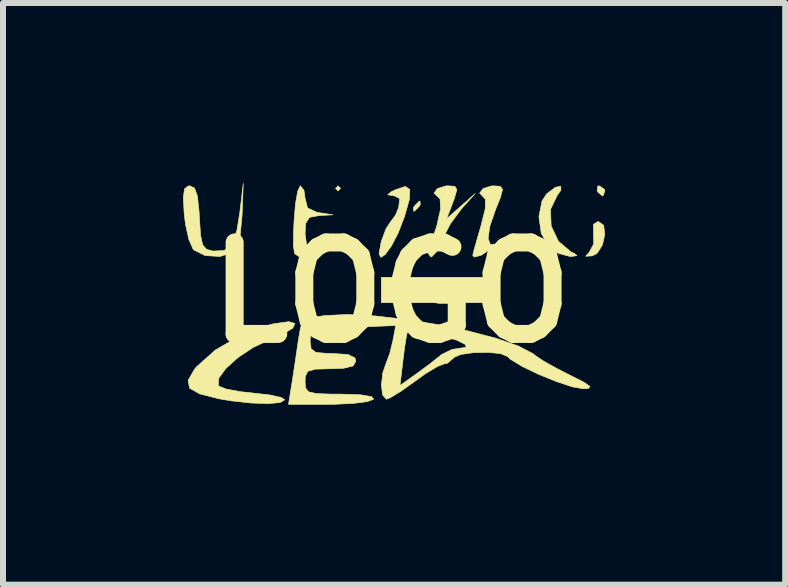
<source format=kicad_pcb>
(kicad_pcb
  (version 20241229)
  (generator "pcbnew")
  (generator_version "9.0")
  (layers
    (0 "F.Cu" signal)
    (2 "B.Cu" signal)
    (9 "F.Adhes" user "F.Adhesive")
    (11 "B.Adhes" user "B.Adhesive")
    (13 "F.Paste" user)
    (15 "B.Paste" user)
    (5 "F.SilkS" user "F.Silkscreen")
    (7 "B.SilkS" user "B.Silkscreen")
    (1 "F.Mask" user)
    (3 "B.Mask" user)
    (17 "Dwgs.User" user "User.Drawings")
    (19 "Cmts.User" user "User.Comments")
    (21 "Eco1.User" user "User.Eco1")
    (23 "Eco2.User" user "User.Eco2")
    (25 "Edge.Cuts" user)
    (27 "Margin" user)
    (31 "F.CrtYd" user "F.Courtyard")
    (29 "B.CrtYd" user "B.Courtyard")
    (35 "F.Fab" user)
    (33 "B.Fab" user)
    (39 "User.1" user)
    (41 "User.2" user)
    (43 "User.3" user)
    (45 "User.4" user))
  (footprint "LOGO"
    (layer "F.Cu")
    (at 3.473 1.825)
    (property "Reference" "LOGO" (at 0 0 0) (layer "F.SilkS") (effects (font (size 1.524 1.524) (thickness 0.3))))
    (attr through_hole)
    (fp_poly (pts (xy -0.847 -1.736) (xy -0.889 -1.693) (xy -0.931 -1.736) (xy -0.889 -1.778) (xy -0.847 -1.736)) (stroke (width 0.01) (type solid)) (fill yes) (layer "F.SilkS"))
    (fp_poly (pts (xy 1.693 0.169) (xy -0.169 0.169) (xy -0.169 -0.254) (xy 1.693 -0.254) (xy 1.693 0.169)) (stroke (width 0.01) (type solid)) (fill yes) (layer "F.SilkS"))
    (fp_poly (pts (xy 0.481 -1.469) (xy 0.466 -1.439) (xy 0.386 -1.358) (xy 0.371 -1.355) (xy 0.365 -1.409) (xy 0.381 -1.439) (xy 0.461 -1.52) (xy 0.476 -1.524) (xy 0.481 -1.469)) (stroke (width 0.01) (type solid)) (fill yes) (layer "F.SilkS"))
    (fp_poly (pts (xy 3.553 -1.717) (xy 3.556 -1.693) (xy 3.527 -1.611) (xy 3.519 -1.609) (xy 3.446 -1.668) (xy 3.429 -1.693) (xy 3.436 -1.771) (xy 3.466 -1.778) (xy 3.553 -1.717)) (stroke (width 0.01) (type solid)) (fill yes) (layer "F.SilkS"))
    (fp_poly (pts (xy 3.537 -1.121) (xy 3.556 -0.97) (xy 3.517 -0.794) (xy 3.428 -0.654) (xy 3.344 -0.61) (xy 3.237 -0.605) (xy 3.283 -0.657) (xy 3.292 -0.664) (xy 3.372 -0.812) (xy 3.368 -0.965) (xy 3.366 -1.138) (xy 3.446 -1.185) (xy 3.537 -1.121)) (stroke (width 0.01) (type solid)) (fill yes) (layer "F.SilkS"))
    (fp_poly (pts (xy 2.825 -1.706) (xy 2.765 -1.623) (xy 2.651 -1.385) (xy 2.662 -1.11) (xy 2.783 -0.854) (xy 2.996 -0.674) (xy 3.048 -0.652) (xy 3.092 -0.615) (xy 2.985 -0.599) (xy 2.784 -0.652) (xy 2.625 -0.762) (xy 2.497 -0.986) (xy 2.458 -1.267) (xy 2.511 -1.529) (xy 2.588 -1.645) (xy 2.73 -1.753) (xy 2.822 -1.772) (xy 2.825 -1.706)) (stroke (width 0.01) (type solid)) (fill yes) (layer "F.SilkS"))
    (fp_poly (pts (xy 0.307 -1.718) (xy 0.298 -1.547) (xy 0.217 -1.262) (xy 0.112 -0.991) (xy -0.000071 -0.776) (xy -0.102 -0.635) (xy -0.176 -0.585) (xy -0.206 -0.645) (xy -0.173 -0.833) (xy -0.165 -0.862) (xy -0.091 -1.061) (xy -0.016 -1.177) (xy -0.013 -1.179) (xy 0.069 -1.292) (xy 0.121 -1.418) (xy 0.138 -1.566) (xy 0.044 -1.613) (xy 0.027 -1.614) (xy -0.062 -1.63) (xy -0.005 -1.678) (xy 0.064 -1.712) (xy 0.231 -1.768) (xy 0.307 -1.718)) (stroke (width 0.01) (type solid)) (fill yes) (layer "F.SilkS"))
    (fp_poly (pts (xy 1.814 -1.77) (xy 1.852 -1.718) (xy 1.816 -1.582) (xy 1.736 -1.384) (xy 1.64 -1.105) (xy 1.611 -0.9) (xy 1.649 -0.799) (xy 1.714 -0.806) (xy 1.74 -0.803) (xy 1.656 -0.726) (xy 1.493 -0.62) (xy 1.379 -0.591) (xy 1.355 -0.62) (xy 1.377 -0.709) (xy 1.434 -0.911) (xy 1.49 -1.104) (xy 1.564 -1.398) (xy 1.565 -1.556) (xy 1.532 -1.592) (xy 1.47 -1.657) (xy 1.529 -1.733) (xy 1.671 -1.777) (xy 1.698 -1.778) (xy 1.814 -1.77)) (stroke (width 0.01) (type solid)) (fill yes) (layer "F.SilkS"))
    (fp_poly (pts (xy -1.458 -1.706) (xy -1.439 -1.572) (xy -1.398 -1.41) (xy -1.243 -1.337) (xy -1.206 -1.331) (xy -0.974 -1.295) (xy -1.206 -1.283) (xy -1.365 -1.253) (xy -1.429 -1.152) (xy -1.439 -0.981) (xy -1.411 -0.774) (xy -1.343 -0.654) (xy -1.333 -0.649) (xy -1.323 -0.616) (xy -1.439 -0.599) (xy -1.549 -0.603) (xy -1.611 -0.647) (xy -1.634 -0.769) (xy -1.631 -1.004) (xy -1.623 -1.185) (xy -1.599 -1.477) (xy -1.562 -1.689) (xy -1.52 -1.778) (xy -1.517 -1.778) (xy -1.458 -1.706)) (stroke (width 0.01) (type solid)) (fill yes) (layer "F.SilkS"))
    (fp_poly (pts (xy 1.057 -1.77) (xy 1.091 -1.715) (xy 1.049 -1.568) (xy 1.011 -1.467) (xy 0.92 -1.23) (xy 1.159 -1.44) (xy 1.397 -1.65) (xy 1.166 -1.394) (xy 0.987 -1.152) (xy 0.852 -0.895) (xy 0.841 -0.865) (xy 0.754 -0.682) (xy 0.669 -0.594) (xy 0.66 -0.593) (xy 0.609 -0.654) (xy 0.62 -0.711) (xy 0.754 -1.103) (xy 0.819 -1.392) (xy 0.811 -1.558) (xy 0.779 -1.589) (xy 0.71 -1.656) (xy 0.766 -1.733) (xy 0.909 -1.777) (xy 0.936 -1.778) (xy 1.057 -1.77)) (stroke (width 0.01) (type solid)) (fill yes) (layer "F.SilkS"))
    (fp_poly (pts (xy -2.489 -1.284) (xy -2.524 -0.916) (xy -2.595 -0.708) (xy -2.631 -0.672) (xy -2.856 -0.601) (xy -3.105 -0.616) (xy -3.294 -0.711) (xy -3.306 -0.725) (xy -3.375 -0.881) (xy -3.432 -1.138) (xy -3.454 -1.317) (xy -3.468 -1.588) (xy -3.447 -1.729) (xy -3.384 -1.776) (xy -3.359 -1.778) (xy -3.281 -1.74) (xy -3.233 -1.606) (xy -3.205 -1.343) (xy -3.2 -1.249) (xy -3.181 -0.957) (xy -3.146 -0.794) (xy -3.079 -0.719) (xy -2.975 -0.691) (xy -2.785 -0.7) (xy -2.658 -0.808) (xy -2.574 -1.04) (xy -2.526 -1.337) (xy -2.469 -1.82) (xy -2.489 -1.284)) (stroke (width 0.01) (type solid)) (fill yes) (layer "F.SilkS"))
    (fp_poly (pts (xy -1.608 0.516) (xy -1.644 0.593) (xy -1.814 0.698) (xy -2.03 0.787) (xy -2.302 0.914) (xy -2.556 1.083) (xy -2.759 1.265) (xy -2.879 1.43) (xy -2.885 1.55) (xy -2.877 1.559) (xy -2.755 1.608) (xy -2.519 1.652) (xy -2.287 1.677) (xy -2.019 1.708) (xy -1.834 1.75) (xy -1.778 1.788) (xy -1.855 1.833) (xy -2.056 1.851) (xy -2.342 1.841) (xy -2.669 1.805) (xy -2.867 1.772) (xy -3.193 1.69) (xy -3.363 1.594) (xy -3.389 1.465) (xy -3.286 1.285) (xy -3.249 1.239) (xy -2.934 0.958) (xy -2.512 0.713) (xy -2.043 0.541) (xy -1.955 0.519) (xy -1.709 0.485) (xy -1.608 0.516)) (stroke (width 0.01) (type solid)) (fill yes) (layer "F.SilkS"))
    (fp_poly (pts (xy -0.284 0.389) (xy 0.23 0.447) (xy 0.762 0.533) (xy 1.277 0.64) (xy 1.74 0.761) (xy 2.113 0.89) (xy 2.362 1.02) (xy 2.4 1.051) (xy 2.525 1.136) (xy 2.75 1.262) (xy 2.963 1.371) (xy 3.206 1.494) (xy 3.309 1.565) (xy 3.287 1.596) (xy 3.198 1.604) (xy 3.013 1.571) (xy 2.745 1.482) (xy 2.448 1.361) (xy 2.176 1.23) (xy 1.984 1.113) (xy 1.934 1.066) (xy 1.82 1.018) (xy 1.61 0.997) (xy 1.367 1.002) (xy 1.156 1.032) (xy 1.039 1.083) (xy 1.033 1.093) (xy 0.933 1.179) (xy 0.888 1.185) (xy 0.763 1.234) (xy 0.558 1.359) (xy 0.387 1.482) (xy 0.162 1.643) (xy -0.014 1.75) (xy -0.085 1.778) (xy -0.147 1.707) (xy -0.166 1.549) (xy 0.143 1.549) (xy 0.429 1.346) (xy 0.64 1.19) (xy 0.805 1.059) (xy 0.829 1.037) (xy 1.006 0.949) (xy 1.124 0.931) (xy 1.246 0.912) (xy 1.227 0.862) (xy 1.089 0.794) (xy 0.854 0.723) (xy 0.721 0.692) (xy 0.476 0.647) (xy 0.312 0.626) (xy 0.274 0.629) (xy 0.251 0.72) (xy 0.218 0.927) (xy 0.196 1.102) (xy 0.143 1.549) (xy -0.166 1.549) (xy -0.167 1.537) (xy -0.143 1.334) (xy -0.097 1.201) (xy -0.027 1.013) (xy 0.024 0.804) (xy 0.072 0.55) (xy -0.641 0.578) (xy -0.988 0.593) (xy -1.199 0.615) (xy -1.308 0.654) (xy -1.349 0.721) (xy -1.355 0.811) (xy -1.338 0.937) (xy -1.258 0.998) (xy -1.068 1.015) (xy -0.974 1.016) (xy -0.723 1.033) (xy -0.608 1.089) (xy -0.593 1.143) (xy -0.638 1.223) (xy -0.795 1.262) (xy -1.016 1.27) (xy -1.267 1.277) (xy -1.393 1.312) (xy -1.435 1.397) (xy -1.439 1.482) (xy -1.431 1.592) (xy -1.38 1.655) (xy -1.252 1.684) (xy -1.008 1.693) (xy -0.842 1.693) (xy -0.516 1.704) (xy -0.331 1.735) (xy -0.296 1.778) (xy -0.4 1.817) (xy -0.629 1.847) (xy -0.939 1.862) (xy -1.032 1.863) (xy -1.715 1.863) (xy -1.657 1.503) (xy -1.606 1.169) (xy -1.556 0.827) (xy -1.551 0.79) (xy -1.513 0.574) (xy -1.441 0.463) (xy -1.286 0.41) (xy -1.111 0.384) (xy -0.743 0.366) (xy -0.284 0.389)) (stroke (width 0.01) (type solid)) (fill yes) (layer "F.SilkS")))
  (gr_rect
    (start -3 -3)
    (end 10.035 6.693)
    (stroke (width 0.1) (type default))
    (fill no)
    (layer "Edge.Cuts")))
</source>
